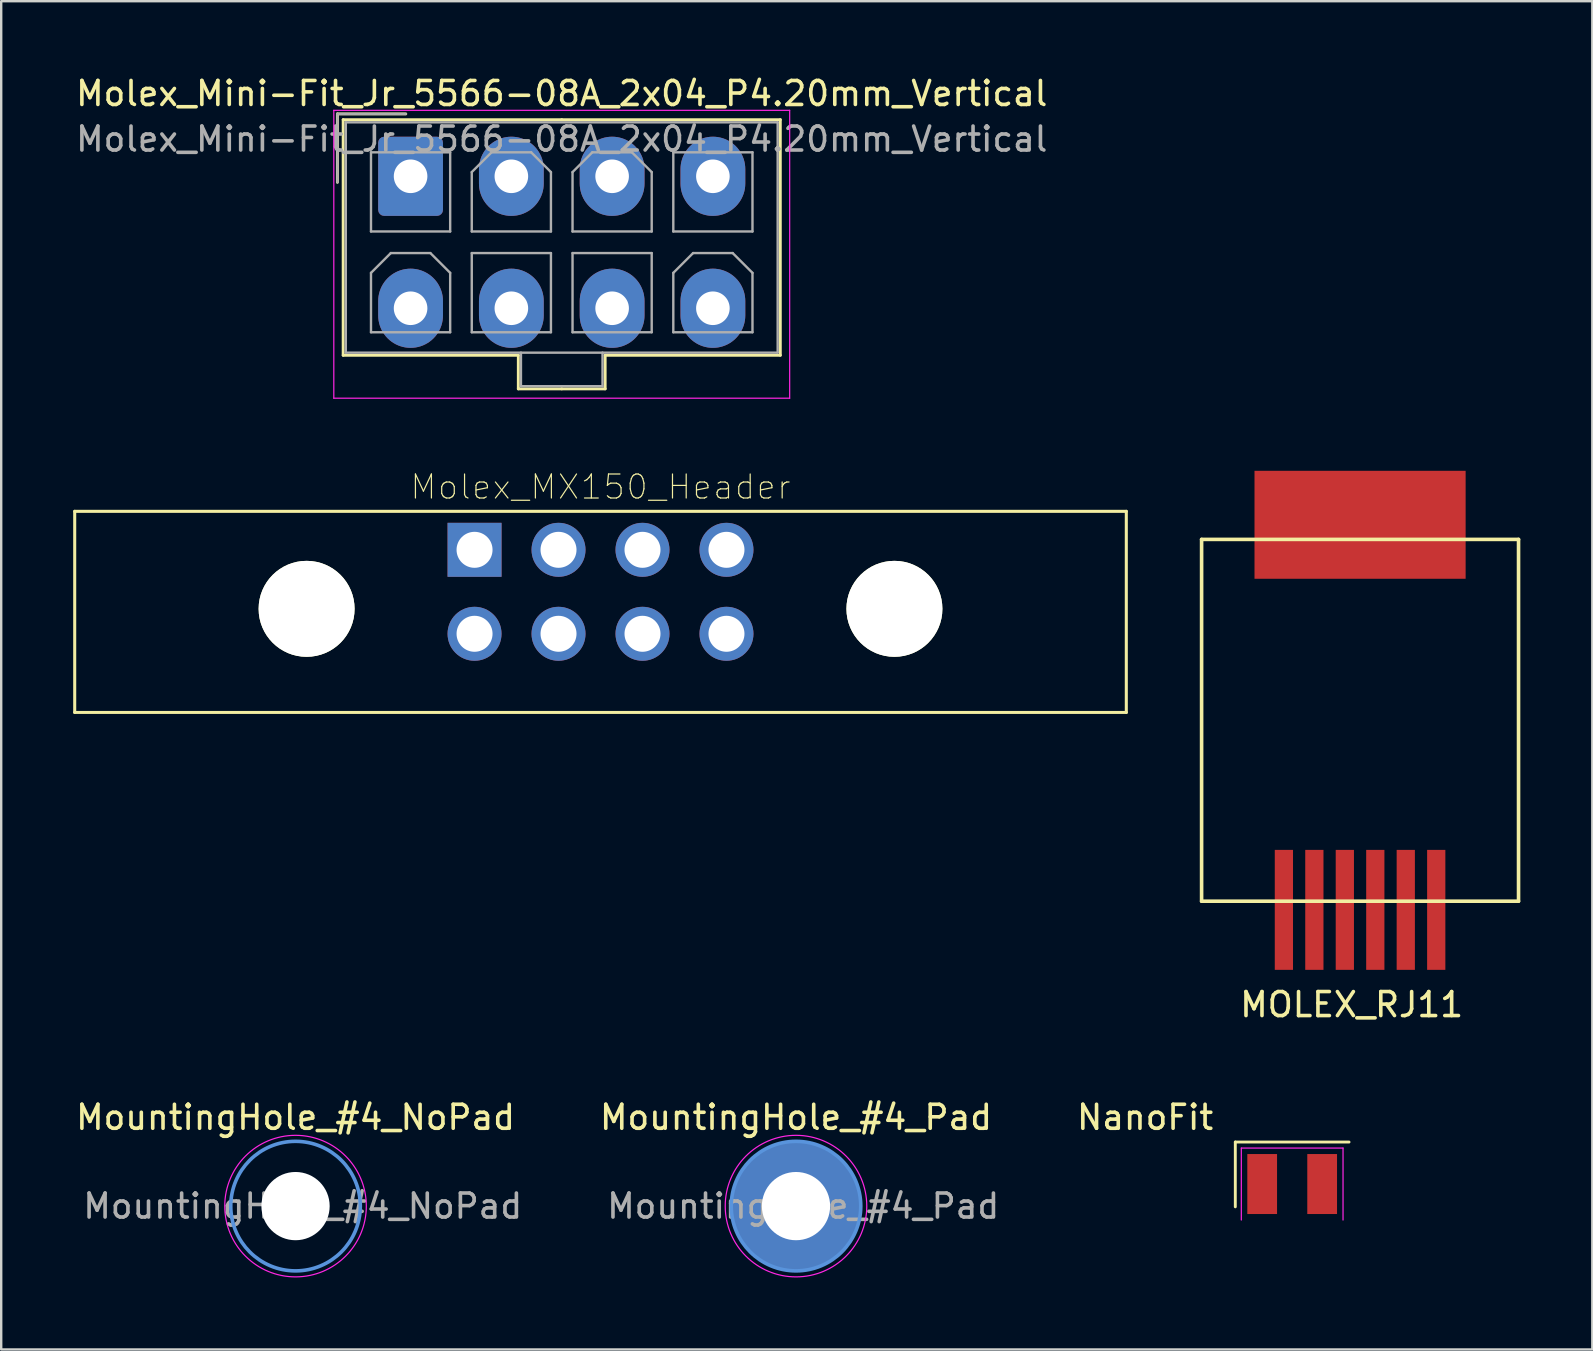
<source format=kicad_pcb>
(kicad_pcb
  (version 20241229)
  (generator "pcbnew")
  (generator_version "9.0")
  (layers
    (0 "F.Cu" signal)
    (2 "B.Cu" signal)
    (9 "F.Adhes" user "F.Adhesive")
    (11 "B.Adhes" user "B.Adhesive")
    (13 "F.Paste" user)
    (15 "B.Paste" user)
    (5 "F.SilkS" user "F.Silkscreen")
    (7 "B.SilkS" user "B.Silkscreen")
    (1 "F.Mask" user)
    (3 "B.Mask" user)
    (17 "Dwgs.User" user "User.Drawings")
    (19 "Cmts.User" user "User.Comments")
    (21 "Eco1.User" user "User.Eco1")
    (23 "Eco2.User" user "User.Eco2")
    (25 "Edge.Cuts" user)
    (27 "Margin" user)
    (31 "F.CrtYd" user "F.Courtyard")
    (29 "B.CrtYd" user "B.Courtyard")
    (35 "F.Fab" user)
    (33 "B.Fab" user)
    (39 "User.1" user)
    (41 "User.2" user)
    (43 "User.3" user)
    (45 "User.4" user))
  (footprint "Molex_Mini-Fit_Jr_5566-08A_2x04_P4.20mm_Vertical"
    (layer "F.Cu")
    (at 14.063 4.298)
    (property "Reference" "Molex_Mini-Fit_Jr_5566-08A_2x04_P4.20mm_Vertical" (at 6.3 -3.45 0) (layer "F.SilkS") (effects (font (size 1 1) (thickness 0.15))))
    (attr through_hole)
    (fp_line (start -3.05 -2.6) (end -3.05 0.25) (stroke (width 0.12) (type solid)) (layer "F.SilkS"))
    (fp_line (start -2.81 -2.36) (end -2.81 7.46) (stroke (width 0.12) (type solid)) (layer "F.SilkS"))
    (fp_line (start -2.81 7.46) (end 4.49 7.46) (stroke (width 0.12) (type solid)) (layer "F.SilkS"))
    (fp_line (start -0.2 -2.6) (end -3.05 -2.6) (stroke (width 0.12) (type solid)) (layer "F.SilkS"))
    (fp_line (start 4.49 7.46) (end 4.49 8.86) (stroke (width 0.12) (type solid)) (layer "F.SilkS"))
    (fp_line (start 4.49 8.86) (end 6.3 8.86) (stroke (width 0.12) (type solid)) (layer "F.SilkS"))
    (fp_line (start 6.3 -2.36) (end -2.81 -2.36) (stroke (width 0.12) (type solid)) (layer "F.SilkS"))
    (fp_line (start 6.3 -2.36) (end 15.41 -2.36) (stroke (width 0.12) (type solid)) (layer "F.SilkS"))
    (fp_line (start 8.11 7.46) (end 8.11 8.86) (stroke (width 0.12) (type solid)) (layer "F.SilkS"))
    (fp_line (start 8.11 8.86) (end 6.3 8.86) (stroke (width 0.12) (type solid)) (layer "F.SilkS"))
    (fp_line (start 15.41 -2.36) (end 15.41 7.46) (stroke (width 0.12) (type solid)) (layer "F.SilkS"))
    (fp_line (start 15.41 7.46) (end 8.11 7.46) (stroke (width 0.12) (type solid)) (layer "F.SilkS"))
    (fp_line (start -3.2 -2.75) (end -3.2 9.25) (stroke (width 0.05) (type solid)) (layer "F.CrtYd"))
    (fp_line (start -3.2 9.25) (end 15.8 9.25) (stroke (width 0.05) (type solid)) (layer "F.CrtYd"))
    (fp_line (start 15.8 -2.75) (end -3.2 -2.75) (stroke (width 0.05) (type solid)) (layer "F.CrtYd"))
    (fp_line (start 15.8 9.25) (end 15.8 -2.75) (stroke (width 0.05) (type solid)) (layer "F.CrtYd"))
    (fp_line (start -3.05 -2.6) (end -3.05 0.25) (stroke (width 0.1) (type solid)) (layer "F.Fab"))
    (fp_line (start -2.7 -2.25) (end -2.7 7.35) (stroke (width 0.1) (type solid)) (layer "F.Fab"))
    (fp_line (start -2.7 7.35) (end 15.3 7.35) (stroke (width 0.1) (type solid)) (layer "F.Fab"))
    (fp_line (start -1.65 -1) (end -1.65 2.3) (stroke (width 0.1) (type solid)) (layer "F.Fab"))
    (fp_line (start -1.65 2.3) (end 1.65 2.3) (stroke (width 0.1) (type solid)) (layer "F.Fab"))
    (fp_line (start -1.65 4.025) (end -0.825 3.2) (stroke (width 0.1) (type solid)) (layer "F.Fab"))
    (fp_line (start -1.65 6.5) (end -1.65 4.025) (stroke (width 0.1) (type solid)) (layer "F.Fab"))
    (fp_line (start -0.825 3.2) (end 0.825 3.2) (stroke (width 0.1) (type solid)) (layer "F.Fab"))
    (fp_line (start -0.2 -2.6) (end -3.05 -2.6) (stroke (width 0.1) (type solid)) (layer "F.Fab"))
    (fp_line (start 0.825 3.2) (end 1.65 4.025) (stroke (width 0.1) (type solid)) (layer "F.Fab"))
    (fp_line (start 1.65 -1) (end -1.65 -1) (stroke (width 0.1) (type solid)) (layer "F.Fab"))
    (fp_line (start 1.65 2.3) (end 1.65 -1) (stroke (width 0.1) (type solid)) (layer "F.Fab"))
    (fp_line (start 1.65 4.025) (end 1.65 6.5) (stroke (width 0.1) (type solid)) (layer "F.Fab"))
    (fp_line (start 1.65 6.5) (end -1.65 6.5) (stroke (width 0.1) (type solid)) (layer "F.Fab"))
    (fp_line (start 2.55 -0.175) (end 3.375 -1) (stroke (width 0.1) (type solid)) (layer "F.Fab"))
    (fp_line (start 2.55 2.3) (end 2.55 -0.175) (stroke (width 0.1) (type solid)) (layer "F.Fab"))
    (fp_line (start 2.55 3.2) (end 2.55 6.5) (stroke (width 0.1) (type solid)) (layer "F.Fab"))
    (fp_line (start 2.55 6.5) (end 5.85 6.5) (stroke (width 0.1) (type solid)) (layer "F.Fab"))
    (fp_line (start 3.375 -1) (end 5.025 -1) (stroke (width 0.1) (type solid)) (layer "F.Fab"))
    (fp_line (start 4.6 7.35) (end 4.6 8.75) (stroke (width 0.1) (type solid)) (layer "F.Fab"))
    (fp_line (start 4.6 8.75) (end 8 8.75) (stroke (width 0.1) (type solid)) (layer "F.Fab"))
    (fp_line (start 5.025 -1) (end 5.85 -0.175) (stroke (width 0.1) (type solid)) (layer "F.Fab"))
    (fp_line (start 5.85 -0.175) (end 5.85 2.3) (stroke (width 0.1) (type solid)) (layer "F.Fab"))
    (fp_line (start 5.85 2.3) (end 2.55 2.3) (stroke (width 0.1) (type solid)) (layer "F.Fab"))
    (fp_line (start 5.85 3.2) (end 2.55 3.2) (stroke (width 0.1) (type solid)) (layer "F.Fab"))
    (fp_line (start 5.85 6.5) (end 5.85 3.2) (stroke (width 0.1) (type solid)) (layer "F.Fab"))
    (fp_line (start 6.75 -0.175) (end 7.575 -1) (stroke (width 0.1) (type solid)) (layer "F.Fab"))
    (fp_line (start 6.75 2.3) (end 6.75 -0.175) (stroke (width 0.1) (type solid)) (layer "F.Fab"))
    (fp_line (start 6.75 3.2) (end 6.75 6.5) (stroke (width 0.1) (type solid)) (layer "F.Fab"))
    (fp_line (start 6.75 6.5) (end 10.05 6.5) (stroke (width 0.1) (type solid)) (layer "F.Fab"))
    (fp_line (start 7.575 -1) (end 9.225 -1) (stroke (width 0.1) (type solid)) (layer "F.Fab"))
    (fp_line (start 8 8.75) (end 8 7.35) (stroke (width 0.1) (type solid)) (layer "F.Fab"))
    (fp_line (start 9.225 -1) (end 10.05 -0.175) (stroke (width 0.1) (type solid)) (layer "F.Fab"))
    (fp_line (start 10.05 -0.175) (end 10.05 2.3) (stroke (width 0.1) (type solid)) (layer "F.Fab"))
    (fp_line (start 10.05 2.3) (end 6.75 2.3) (stroke (width 0.1) (type solid)) (layer "F.Fab"))
    (fp_line (start 10.05 3.2) (end 6.75 3.2) (stroke (width 0.1) (type solid)) (layer "F.Fab"))
    (fp_line (start 10.05 6.5) (end 10.05 3.2) (stroke (width 0.1) (type solid)) (layer "F.Fab"))
    (fp_line (start 10.95 -1) (end 10.95 2.3) (stroke (width 0.1) (type solid)) (layer "F.Fab"))
    (fp_line (start 10.95 2.3) (end 14.25 2.3) (stroke (width 0.1) (type solid)) (layer "F.Fab"))
    (fp_line (start 10.95 4.025) (end 11.775 3.2) (stroke (width 0.1) (type solid)) (layer "F.Fab"))
    (fp_line (start 10.95 6.5) (end 10.95 4.025) (stroke (width 0.1) (type solid)) (layer "F.Fab"))
    (fp_line (start 11.775 3.2) (end 13.425 3.2) (stroke (width 0.1) (type solid)) (layer "F.Fab"))
    (fp_line (start 13.425 3.2) (end 14.25 4.025) (stroke (width 0.1) (type solid)) (layer "F.Fab"))
    (fp_line (start 14.25 -1) (end 10.95 -1) (stroke (width 0.1) (type solid)) (layer "F.Fab"))
    (fp_line (start 14.25 2.3) (end 14.25 -1) (stroke (width 0.1) (type solid)) (layer "F.Fab"))
    (fp_line (start 14.25 4.025) (end 14.25 6.5) (stroke (width 0.1) (type solid)) (layer "F.Fab"))
    (fp_line (start 14.25 6.5) (end 10.95 6.5) (stroke (width 0.1) (type solid)) (layer "F.Fab"))
    (fp_line (start 15.3 -2.25) (end -2.7 -2.25) (stroke (width 0.1) (type solid)) (layer "F.Fab"))
    (fp_line (start 15.3 7.35) (end 15.3 -2.25) (stroke (width 0.1) (type solid)) (layer "F.Fab"))
    (fp_text user "${REFERENCE}" (at 6.3 -1.55 0) (layer "F.Fab") (effects (font (size 1 1) (thickness 0.15))))
    (pad "1" thru_hole roundrect (at 0 0) (size 2.7 3.3) (drill 1.4) (layers "*.Cu" "*.Mask") (roundrect_rratio 0.093))
    (pad "2" thru_hole oval (at 4.2 0) (size 2.7 3.3) (drill 1.4) (layers "*.Cu" "*.Mask"))
    (pad "3" thru_hole oval (at 8.4 0) (size 2.7 3.3) (drill 1.4) (layers "*.Cu" "*.Mask"))
    (pad "4" thru_hole oval (at 12.6 0) (size 2.7 3.3) (drill 1.4) (layers "*.Cu" "*.Mask"))
    (pad "5" thru_hole oval (at 0 5.5) (size 2.7 3.3) (drill 1.4) (layers "*.Cu" "*.Mask"))
    (pad "6" thru_hole oval (at 4.2 5.5) (size 2.7 3.3) (drill 1.4) (layers "*.Cu" "*.Mask"))
    (pad "7" thru_hole oval (at 8.4 5.5) (size 2.7 3.3) (drill 1.4) (layers "*.Cu" "*.Mask"))
    (pad "8" thru_hole oval (at 12.6 5.5) (size 2.7 3.3) (drill 1.4) (layers "*.Cu" "*.Mask")))
  (footprint "MOLEX_RJ11"
    (layer "F.Cu")
    (at 53.637 26.973)
    (property "Reference" "MOLEX_RJ11" (at -0.35 11.85 0) (layer "F.SilkS") (effects (font (size 1 1) (thickness 0.15))))
    (attr through_hole)
    (fp_line (start -6.605 7.54) (end -6.605 -7.54) (stroke (width 0.15) (type solid)) (layer "F.SilkS"))
    (fp_line (start 6.605 -7.54) (end -6.605 -7.54) (stroke (width 0.15) (type solid)) (layer "F.SilkS"))
    (fp_line (start 6.605 -7.54) (end 6.605 7.54) (stroke (width 0.15) (type solid)) (layer "F.SilkS"))
    (fp_line (start 6.605 7.54) (end -6.605 7.54) (stroke (width 0.15) (type solid)) (layer "F.SilkS"))
    (pad "0" smd rect (at 0 -8.15) (size 8.8 4.5) (layers "F.Cu" "F.Mask" "F.Paste"))
    (pad "1" smd rect (at 3.175 7.9) (size 0.76 5) (layers "F.Cu" "F.Mask" "F.Paste"))
    (pad "2" smd rect (at 1.905 7.9) (size 0.76 5) (layers "F.Cu" "F.Mask" "F.Paste"))
    (pad "3" smd rect (at 0.635 7.9) (size 0.76 5) (layers "F.Cu" "F.Mask" "F.Paste"))
    (pad "4" smd rect (at -0.635 7.9) (size 0.76 5) (layers "F.Cu" "F.Mask" "F.Paste"))
    (pad "5" smd rect (at -1.905 7.9) (size 0.76 5) (layers "F.Cu" "F.Mask" "F.Paste"))
    (pad "6" smd rect (at -3.175 7.9) (size 0.76 5) (layers "F.Cu" "F.Mask" "F.Paste")))
  (footprint "MountingHole_#4_Pad"
    (layer "F.Cu")
    (at 30.127 47.22)
    (property "Reference" "MountingHole_#4_Pad" (at 0 -3.7 0) (layer "F.SilkS") (effects (font (size 1 1) (thickness 0.15))))
    (attr exclude_from_pos_files exclude_from_bom)
    (fp_circle (center 0 0) (end 2.7 0) (stroke (width 0.15) (type solid)) (fill no) (layer "Cmts.User"))
    (fp_circle (center 0 0) (end 2.95 0) (stroke (width 0.05) (type solid)) (fill no) (layer "F.CrtYd"))
    (fp_text user "${REFERENCE}" (at 0.3 0 0) (layer "F.Fab") (effects (font (size 1 1) (thickness 0.15))))
    (pad "1" thru_hole circle (at 0 0) (size 5.334 5.334) (drill 2.845) (layers "*.Cu" "*.Mask")))
  (footprint "NanoFit"
    (layer "F.Cu")
    (at 50.807 46.3)
    (property "Reference" "NanoFit" (at -6.13 -2.78 0) (layer "F.SilkS") (effects (font (size 1 1) (thickness 0.15))))
    (attr smd)
    (fp_line (start -2.37 -1.75) (end 2.37 -1.75) (stroke (width 0.12) (type solid)) (layer "F.SilkS"))
    (fp_line (start -2.37 0.95) (end -2.37 -1.75) (stroke (width 0.12) (type solid)) (layer "F.SilkS"))
    (fp_line (start -2.12 -1.5) (end 2.12 -1.5) (stroke (width 0.05) (type solid)) (layer "F.CrtYd"))
    (fp_line (start -2.12 1.5) (end -2.12 -1.5) (stroke (width 0.05) (type solid)) (layer "F.CrtYd"))
    (fp_line (start 2.12 -1.5) (end 2.12 1.5) (stroke (width 0.05) (type solid)) (layer "F.CrtYd"))
    (pad "1" smd rect (at -1.25 0) (size 1.24 2.5) (layers "F.Cu" "F.Mask" "F.Paste"))
    (pad "2" smd rect (at 1.25 0) (size 1.24 2.5) (layers "F.Cu" "F.Mask" "F.Paste")))
  (footprint "Molex_MX150_Header"
    (layer "F.Cu")
    (at 21.979 22.326)
    (property "Reference" "Molex_MX150_Header" (at 0 -5.08 0) (layer "F.SilkS") (effects (font (size 1 1) (thickness 0.05))))
    (attr through_hole)
    (fp_line (start -21.915 -4.064) (end -21.915 4.318) (stroke (width 0.127) (type solid)) (layer "F.SilkS"))
    (fp_line (start -21.915 -4.064) (end 21.915 -4.064) (stroke (width 0.127) (type solid)) (layer "F.SilkS"))
    (fp_line (start -21.915 4.318) (end 21.915 4.318) (stroke (width 0.127) (type solid)) (layer "F.SilkS"))
    (fp_line (start 21.915 4.318) (end 21.915 -4.064) (stroke (width 0.127) (type solid)) (layer "F.SilkS"))
    (pad "" np_thru_hole circle (at -12.25 0) (size 4 4) (drill 4) (layers "*.Cu" "*.Mask" "F.SilkS"))
    (pad "" np_thru_hole circle (at 12.25 0) (size 4 4) (drill 4) (layers "*.Cu" "*.Mask" "F.SilkS"))
    (pad "1" thru_hole rect (at -5.25 -2.46) (size 2.25 2.25) (drill 1.5) (layers "*.Cu" "*.Mask"))
    (pad "2" thru_hole circle (at -1.75 -2.46) (size 2.25 2.25) (drill 1.5) (layers "*.Cu" "*.Mask"))
    (pad "3" thru_hole circle (at 1.75 -2.46) (size 2.25 2.25) (drill 1.5) (layers "*.Cu" "*.Mask"))
    (pad "4" thru_hole circle (at 5.25 -2.46) (size 2.25 2.25) (drill 1.5) (layers "*.Cu" "*.Mask"))
    (pad "5" thru_hole circle (at -5.25 1.04) (size 2.25 2.25) (drill 1.5) (layers "*.Cu" "*.Mask"))
    (pad "6" thru_hole circle (at -1.75 1.04) (size 2.25 2.25) (drill 1.5) (layers "*.Cu" "*.Mask"))
    (pad "7" thru_hole circle (at 1.75 1.04) (size 2.25 2.25) (drill 1.5) (layers "*.Cu" "*.Mask"))
    (pad "8" thru_hole circle (at 5.25 1.04) (size 2.25 2.25) (drill 1.5) (layers "*.Cu" "*.Mask")))
  (footprint "MountingHole_#4_NoPad"
    (layer "F.Cu")
    (at 9.268 47.22)
    (property "Reference" "MountingHole_#4_NoPad" (at 0 -3.7 0) (layer "F.SilkS") (effects (font (size 1 1) (thickness 0.15))))
    (attr exclude_from_pos_files exclude_from_bom)
    (fp_circle (center 0 0) (end 2.7 0) (stroke (width 0.15) (type solid)) (fill no) (layer "Cmts.User"))
    (fp_circle (center 0 0) (end 2.95 0) (stroke (width 0.05) (type solid)) (fill no) (layer "F.CrtYd"))
    (fp_text user "${REFERENCE}" (at 0.3 0 0) (layer "F.Fab") (effects (font (size 1 1) (thickness 0.15))))
    (pad "" np_thru_hole circle (at 0 0) (size 2.845 2.845) (drill 2.845) (layers "*.Cu" "*.Mask")))
  (gr_rect
    (start -3 -3)
    (end 63.317 53.195)
    (stroke (width 0.1) (type default))
    (fill no)
    (layer "Edge.Cuts")))
</source>
